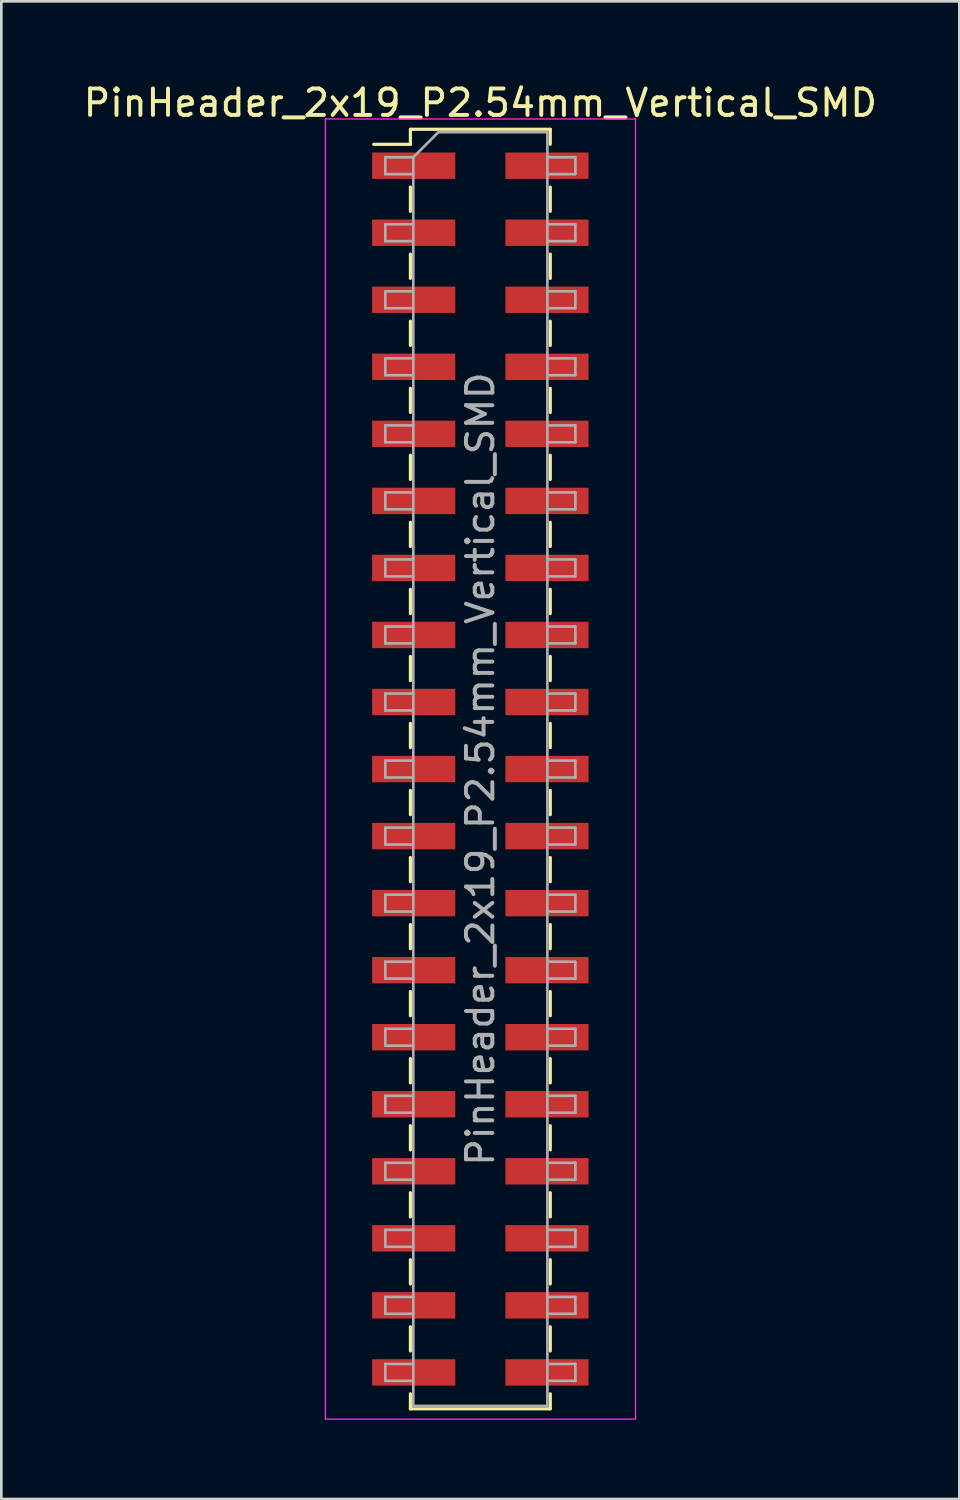
<source format=kicad_pcb>
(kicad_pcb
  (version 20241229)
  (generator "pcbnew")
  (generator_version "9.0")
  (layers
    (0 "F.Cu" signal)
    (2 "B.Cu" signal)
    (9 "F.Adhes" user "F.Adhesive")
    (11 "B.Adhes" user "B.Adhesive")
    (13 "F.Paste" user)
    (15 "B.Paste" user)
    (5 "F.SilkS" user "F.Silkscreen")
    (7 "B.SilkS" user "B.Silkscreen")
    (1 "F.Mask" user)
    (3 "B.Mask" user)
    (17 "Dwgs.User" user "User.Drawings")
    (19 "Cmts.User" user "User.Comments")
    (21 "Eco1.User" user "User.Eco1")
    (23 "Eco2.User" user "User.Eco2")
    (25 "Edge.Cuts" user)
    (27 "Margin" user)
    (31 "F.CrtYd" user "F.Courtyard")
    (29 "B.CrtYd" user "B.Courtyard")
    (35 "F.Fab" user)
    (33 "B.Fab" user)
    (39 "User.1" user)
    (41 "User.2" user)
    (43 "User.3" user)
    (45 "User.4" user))
  (footprint "PinHeader_2x19_P2.54mm_Vertical_SMD"
    (layer "F.Cu")
    (at 15.149 26.088)
    (property "Reference" "PinHeader_2x19_P2.54mm_Vertical_SMD" (at 0 -25.24 0) (layer "F.SilkS") (effects (font (size 1 1) (thickness 0.15))))
    (attr smd)
    (fp_line (start -4.04 -23.67) (end -2.65 -23.67) (stroke (width 0.12) (type solid)) (layer "F.SilkS"))
    (fp_line (start -2.65 -24.24) (end -2.65 -23.67) (stroke (width 0.12) (type solid)) (layer "F.SilkS"))
    (fp_line (start -2.65 -24.24) (end 2.65 -24.24) (stroke (width 0.12) (type solid)) (layer "F.SilkS"))
    (fp_line (start -2.65 -22.05) (end -2.65 -21.13) (stroke (width 0.12) (type solid)) (layer "F.SilkS"))
    (fp_line (start -2.65 -19.51) (end -2.65 -18.59) (stroke (width 0.12) (type solid)) (layer "F.SilkS"))
    (fp_line (start -2.65 -16.97) (end -2.65 -16.05) (stroke (width 0.12) (type solid)) (layer "F.SilkS"))
    (fp_line (start -2.65 -14.43) (end -2.65 -13.51) (stroke (width 0.12) (type solid)) (layer "F.SilkS"))
    (fp_line (start -2.65 -11.89) (end -2.65 -10.97) (stroke (width 0.12) (type solid)) (layer "F.SilkS"))
    (fp_line (start -2.65 -9.35) (end -2.65 -8.43) (stroke (width 0.12) (type solid)) (layer "F.SilkS"))
    (fp_line (start -2.65 -6.81) (end -2.65 -5.89) (stroke (width 0.12) (type solid)) (layer "F.SilkS"))
    (fp_line (start -2.65 -4.27) (end -2.65 -3.35) (stroke (width 0.12) (type solid)) (layer "F.SilkS"))
    (fp_line (start -2.65 -1.73) (end -2.65 -0.81) (stroke (width 0.12) (type solid)) (layer "F.SilkS"))
    (fp_line (start -2.65 0.81) (end -2.65 1.73) (stroke (width 0.12) (type solid)) (layer "F.SilkS"))
    (fp_line (start -2.65 3.35) (end -2.65 4.27) (stroke (width 0.12) (type solid)) (layer "F.SilkS"))
    (fp_line (start -2.65 5.89) (end -2.65 6.81) (stroke (width 0.12) (type solid)) (layer "F.SilkS"))
    (fp_line (start -2.65 8.43) (end -2.65 9.35) (stroke (width 0.12) (type solid)) (layer "F.SilkS"))
    (fp_line (start -2.65 10.97) (end -2.65 11.89) (stroke (width 0.12) (type solid)) (layer "F.SilkS"))
    (fp_line (start -2.65 13.51) (end -2.65 14.43) (stroke (width 0.12) (type solid)) (layer "F.SilkS"))
    (fp_line (start -2.65 16.05) (end -2.65 16.97) (stroke (width 0.12) (type solid)) (layer "F.SilkS"))
    (fp_line (start -2.65 18.59) (end -2.65 19.51) (stroke (width 0.12) (type solid)) (layer "F.SilkS"))
    (fp_line (start -2.65 21.13) (end -2.65 22.05) (stroke (width 0.12) (type solid)) (layer "F.SilkS"))
    (fp_line (start -2.65 23.67) (end -2.65 24.24) (stroke (width 0.12) (type solid)) (layer "F.SilkS"))
    (fp_line (start -2.65 24.24) (end 2.65 24.24) (stroke (width 0.12) (type solid)) (layer "F.SilkS"))
    (fp_line (start 2.65 -24.24) (end 2.65 -23.67) (stroke (width 0.12) (type solid)) (layer "F.SilkS"))
    (fp_line (start 2.65 -22.05) (end 2.65 -21.13) (stroke (width 0.12) (type solid)) (layer "F.SilkS"))
    (fp_line (start 2.65 -19.51) (end 2.65 -18.59) (stroke (width 0.12) (type solid)) (layer "F.SilkS"))
    (fp_line (start 2.65 -16.97) (end 2.65 -16.05) (stroke (width 0.12) (type solid)) (layer "F.SilkS"))
    (fp_line (start 2.65 -14.43) (end 2.65 -13.51) (stroke (width 0.12) (type solid)) (layer "F.SilkS"))
    (fp_line (start 2.65 -11.89) (end 2.65 -10.97) (stroke (width 0.12) (type solid)) (layer "F.SilkS"))
    (fp_line (start 2.65 -9.35) (end 2.65 -8.43) (stroke (width 0.12) (type solid)) (layer "F.SilkS"))
    (fp_line (start 2.65 -6.81) (end 2.65 -5.89) (stroke (width 0.12) (type solid)) (layer "F.SilkS"))
    (fp_line (start 2.65 -4.27) (end 2.65 -3.35) (stroke (width 0.12) (type solid)) (layer "F.SilkS"))
    (fp_line (start 2.65 -1.73) (end 2.65 -0.81) (stroke (width 0.12) (type solid)) (layer "F.SilkS"))
    (fp_line (start 2.65 0.81) (end 2.65 1.73) (stroke (width 0.12) (type solid)) (layer "F.SilkS"))
    (fp_line (start 2.65 3.35) (end 2.65 4.27) (stroke (width 0.12) (type solid)) (layer "F.SilkS"))
    (fp_line (start 2.65 5.89) (end 2.65 6.81) (stroke (width 0.12) (type solid)) (layer "F.SilkS"))
    (fp_line (start 2.65 8.43) (end 2.65 9.35) (stroke (width 0.12) (type solid)) (layer "F.SilkS"))
    (fp_line (start 2.65 10.97) (end 2.65 11.89) (stroke (width 0.12) (type solid)) (layer "F.SilkS"))
    (fp_line (start 2.65 13.51) (end 2.65 14.43) (stroke (width 0.12) (type solid)) (layer "F.SilkS"))
    (fp_line (start 2.65 16.05) (end 2.65 16.97) (stroke (width 0.12) (type solid)) (layer "F.SilkS"))
    (fp_line (start 2.65 18.59) (end 2.65 19.51) (stroke (width 0.12) (type solid)) (layer "F.SilkS"))
    (fp_line (start 2.65 21.13) (end 2.65 22.05) (stroke (width 0.12) (type solid)) (layer "F.SilkS"))
    (fp_line (start 2.65 23.67) (end 2.65 24.24) (stroke (width 0.12) (type solid)) (layer "F.SilkS"))
    (fp_line (start -5.87 -24.63) (end -5.87 24.63) (stroke (width 0.05) (type solid)) (layer "F.CrtYd"))
    (fp_line (start -5.87 24.63) (end 5.88 24.63) (stroke (width 0.05) (type solid)) (layer "F.CrtYd"))
    (fp_line (start 5.88 -24.63) (end -5.87 -24.63) (stroke (width 0.05) (type solid)) (layer "F.CrtYd"))
    (fp_line (start 5.88 24.63) (end 5.88 -24.63) (stroke (width 0.05) (type solid)) (layer "F.CrtYd"))
    (fp_line (start -3.6 -23.18) (end -3.6 -22.54) (stroke (width 0.1) (type solid)) (layer "F.Fab"))
    (fp_line (start -3.6 -22.54) (end -2.54 -22.54) (stroke (width 0.1) (type solid)) (layer "F.Fab"))
    (fp_line (start -3.6 -20.64) (end -3.6 -20) (stroke (width 0.1) (type solid)) (layer "F.Fab"))
    (fp_line (start -3.6 -20) (end -2.54 -20) (stroke (width 0.1) (type solid)) (layer "F.Fab"))
    (fp_line (start -3.6 -18.1) (end -3.6 -17.46) (stroke (width 0.1) (type solid)) (layer "F.Fab"))
    (fp_line (start -3.6 -17.46) (end -2.54 -17.46) (stroke (width 0.1) (type solid)) (layer "F.Fab"))
    (fp_line (start -3.6 -15.56) (end -3.6 -14.92) (stroke (width 0.1) (type solid)) (layer "F.Fab"))
    (fp_line (start -3.6 -14.92) (end -2.54 -14.92) (stroke (width 0.1) (type solid)) (layer "F.Fab"))
    (fp_line (start -3.6 -13.02) (end -3.6 -12.38) (stroke (width 0.1) (type solid)) (layer "F.Fab"))
    (fp_line (start -3.6 -12.38) (end -2.54 -12.38) (stroke (width 0.1) (type solid)) (layer "F.Fab"))
    (fp_line (start -3.6 -10.48) (end -3.6 -9.84) (stroke (width 0.1) (type solid)) (layer "F.Fab"))
    (fp_line (start -3.6 -9.84) (end -2.54 -9.84) (stroke (width 0.1) (type solid)) (layer "F.Fab"))
    (fp_line (start -3.6 -7.94) (end -3.6 -7.3) (stroke (width 0.1) (type solid)) (layer "F.Fab"))
    (fp_line (start -3.6 -7.3) (end -2.54 -7.3) (stroke (width 0.1) (type solid)) (layer "F.Fab"))
    (fp_line (start -3.6 -5.4) (end -3.6 -4.76) (stroke (width 0.1) (type solid)) (layer "F.Fab"))
    (fp_line (start -3.6 -4.76) (end -2.54 -4.76) (stroke (width 0.1) (type solid)) (layer "F.Fab"))
    (fp_line (start -3.6 -2.86) (end -3.6 -2.22) (stroke (width 0.1) (type solid)) (layer "F.Fab"))
    (fp_line (start -3.6 -2.22) (end -2.54 -2.22) (stroke (width 0.1) (type solid)) (layer "F.Fab"))
    (fp_line (start -3.6 -0.32) (end -3.6 0.32) (stroke (width 0.1) (type solid)) (layer "F.Fab"))
    (fp_line (start -3.6 0.32) (end -2.54 0.32) (stroke (width 0.1) (type solid)) (layer "F.Fab"))
    (fp_line (start -3.6 2.22) (end -3.6 2.86) (stroke (width 0.1) (type solid)) (layer "F.Fab"))
    (fp_line (start -3.6 2.86) (end -2.54 2.86) (stroke (width 0.1) (type solid)) (layer "F.Fab"))
    (fp_line (start -3.6 4.76) (end -3.6 5.4) (stroke (width 0.1) (type solid)) (layer "F.Fab"))
    (fp_line (start -3.6 5.4) (end -2.54 5.4) (stroke (width 0.1) (type solid)) (layer "F.Fab"))
    (fp_line (start -3.6 7.3) (end -3.6 7.94) (stroke (width 0.1) (type solid)) (layer "F.Fab"))
    (fp_line (start -3.6 7.94) (end -2.54 7.94) (stroke (width 0.1) (type solid)) (layer "F.Fab"))
    (fp_line (start -3.6 9.84) (end -3.6 10.48) (stroke (width 0.1) (type solid)) (layer "F.Fab"))
    (fp_line (start -3.6 10.48) (end -2.54 10.48) (stroke (width 0.1) (type solid)) (layer "F.Fab"))
    (fp_line (start -3.6 12.38) (end -3.6 13.02) (stroke (width 0.1) (type solid)) (layer "F.Fab"))
    (fp_line (start -3.6 13.02) (end -2.54 13.02) (stroke (width 0.1) (type solid)) (layer "F.Fab"))
    (fp_line (start -3.6 14.92) (end -3.6 15.56) (stroke (width 0.1) (type solid)) (layer "F.Fab"))
    (fp_line (start -3.6 15.56) (end -2.54 15.56) (stroke (width 0.1) (type solid)) (layer "F.Fab"))
    (fp_line (start -3.6 17.46) (end -3.6 18.1) (stroke (width 0.1) (type solid)) (layer "F.Fab"))
    (fp_line (start -3.6 18.1) (end -2.54 18.1) (stroke (width 0.1) (type solid)) (layer "F.Fab"))
    (fp_line (start -3.6 20) (end -3.6 20.64) (stroke (width 0.1) (type solid)) (layer "F.Fab"))
    (fp_line (start -3.6 20.64) (end -2.54 20.64) (stroke (width 0.1) (type solid)) (layer "F.Fab"))
    (fp_line (start -3.6 22.54) (end -3.6 23.18) (stroke (width 0.1) (type solid)) (layer "F.Fab"))
    (fp_line (start -3.6 23.18) (end -2.54 23.18) (stroke (width 0.1) (type solid)) (layer "F.Fab"))
    (fp_line (start -2.54 -23.18) (end -3.6 -23.18) (stroke (width 0.1) (type solid)) (layer "F.Fab"))
    (fp_line (start -2.54 -23.18) (end -1.59 -24.13) (stroke (width 0.1) (type solid)) (layer "F.Fab"))
    (fp_line (start -2.54 -20.64) (end -3.6 -20.64) (stroke (width 0.1) (type solid)) (layer "F.Fab"))
    (fp_line (start -2.54 -18.1) (end -3.6 -18.1) (stroke (width 0.1) (type solid)) (layer "F.Fab"))
    (fp_line (start -2.54 -15.56) (end -3.6 -15.56) (stroke (width 0.1) (type solid)) (layer "F.Fab"))
    (fp_line (start -2.54 -13.02) (end -3.6 -13.02) (stroke (width 0.1) (type solid)) (layer "F.Fab"))
    (fp_line (start -2.54 -10.48) (end -3.6 -10.48) (stroke (width 0.1) (type solid)) (layer "F.Fab"))
    (fp_line (start -2.54 -7.94) (end -3.6 -7.94) (stroke (width 0.1) (type solid)) (layer "F.Fab"))
    (fp_line (start -2.54 -5.4) (end -3.6 -5.4) (stroke (width 0.1) (type solid)) (layer "F.Fab"))
    (fp_line (start -2.54 -2.86) (end -3.6 -2.86) (stroke (width 0.1) (type solid)) (layer "F.Fab"))
    (fp_line (start -2.54 -0.32) (end -3.6 -0.32) (stroke (width 0.1) (type solid)) (layer "F.Fab"))
    (fp_line (start -2.54 2.22) (end -3.6 2.22) (stroke (width 0.1) (type solid)) (layer "F.Fab"))
    (fp_line (start -2.54 4.76) (end -3.6 4.76) (stroke (width 0.1) (type solid)) (layer "F.Fab"))
    (fp_line (start -2.54 7.3) (end -3.6 7.3) (stroke (width 0.1) (type solid)) (layer "F.Fab"))
    (fp_line (start -2.54 9.84) (end -3.6 9.84) (stroke (width 0.1) (type solid)) (layer "F.Fab"))
    (fp_line (start -2.54 12.38) (end -3.6 12.38) (stroke (width 0.1) (type solid)) (layer "F.Fab"))
    (fp_line (start -2.54 14.92) (end -3.6 14.92) (stroke (width 0.1) (type solid)) (layer "F.Fab"))
    (fp_line (start -2.54 17.46) (end -3.6 17.46) (stroke (width 0.1) (type solid)) (layer "F.Fab"))
    (fp_line (start -2.54 20) (end -3.6 20) (stroke (width 0.1) (type solid)) (layer "F.Fab"))
    (fp_line (start -2.54 22.54) (end -3.6 22.54) (stroke (width 0.1) (type solid)) (layer "F.Fab"))
    (fp_line (start -2.54 24.13) (end -2.54 -23.18) (stroke (width 0.1) (type solid)) (layer "F.Fab"))
    (fp_line (start -1.59 -24.13) (end 2.54 -24.13) (stroke (width 0.1) (type solid)) (layer "F.Fab"))
    (fp_line (start 2.54 -24.13) (end 2.54 24.13) (stroke (width 0.1) (type solid)) (layer "F.Fab"))
    (fp_line (start 2.54 -23.18) (end 3.6 -23.18) (stroke (width 0.1) (type solid)) (layer "F.Fab"))
    (fp_line (start 2.54 -20.64) (end 3.6 -20.64) (stroke (width 0.1) (type solid)) (layer "F.Fab"))
    (fp_line (start 2.54 -18.1) (end 3.6 -18.1) (stroke (width 0.1) (type solid)) (layer "F.Fab"))
    (fp_line (start 2.54 -15.56) (end 3.6 -15.56) (stroke (width 0.1) (type solid)) (layer "F.Fab"))
    (fp_line (start 2.54 -13.02) (end 3.6 -13.02) (stroke (width 0.1) (type solid)) (layer "F.Fab"))
    (fp_line (start 2.54 -10.48) (end 3.6 -10.48) (stroke (width 0.1) (type solid)) (layer "F.Fab"))
    (fp_line (start 2.54 -7.94) (end 3.6 -7.94) (stroke (width 0.1) (type solid)) (layer "F.Fab"))
    (fp_line (start 2.54 -5.4) (end 3.6 -5.4) (stroke (width 0.1) (type solid)) (layer "F.Fab"))
    (fp_line (start 2.54 -2.86) (end 3.6 -2.86) (stroke (width 0.1) (type solid)) (layer "F.Fab"))
    (fp_line (start 2.54 -0.32) (end 3.6 -0.32) (stroke (width 0.1) (type solid)) (layer "F.Fab"))
    (fp_line (start 2.54 2.22) (end 3.6 2.22) (stroke (width 0.1) (type solid)) (layer "F.Fab"))
    (fp_line (start 2.54 4.76) (end 3.6 4.76) (stroke (width 0.1) (type solid)) (layer "F.Fab"))
    (fp_line (start 2.54 7.3) (end 3.6 7.3) (stroke (width 0.1) (type solid)) (layer "F.Fab"))
    (fp_line (start 2.54 9.84) (end 3.6 9.84) (stroke (width 0.1) (type solid)) (layer "F.Fab"))
    (fp_line (start 2.54 12.38) (end 3.6 12.38) (stroke (width 0.1) (type solid)) (layer "F.Fab"))
    (fp_line (start 2.54 14.92) (end 3.6 14.92) (stroke (width 0.1) (type solid)) (layer "F.Fab"))
    (fp_line (start 2.54 17.46) (end 3.6 17.46) (stroke (width 0.1) (type solid)) (layer "F.Fab"))
    (fp_line (start 2.54 20) (end 3.6 20) (stroke (width 0.1) (type solid)) (layer "F.Fab"))
    (fp_line (start 2.54 22.54) (end 3.6 22.54) (stroke (width 0.1) (type solid)) (layer "F.Fab"))
    (fp_line (start 2.54 24.13) (end -2.54 24.13) (stroke (width 0.1) (type solid)) (layer "F.Fab"))
    (fp_line (start 3.6 -23.18) (end 3.6 -22.54) (stroke (width 0.1) (type solid)) (layer "F.Fab"))
    (fp_line (start 3.6 -22.54) (end 2.54 -22.54) (stroke (width 0.1) (type solid)) (layer "F.Fab"))
    (fp_line (start 3.6 -20.64) (end 3.6 -20) (stroke (width 0.1) (type solid)) (layer "F.Fab"))
    (fp_line (start 3.6 -20) (end 2.54 -20) (stroke (width 0.1) (type solid)) (layer "F.Fab"))
    (fp_line (start 3.6 -18.1) (end 3.6 -17.46) (stroke (width 0.1) (type solid)) (layer "F.Fab"))
    (fp_line (start 3.6 -17.46) (end 2.54 -17.46) (stroke (width 0.1) (type solid)) (layer "F.Fab"))
    (fp_line (start 3.6 -15.56) (end 3.6 -14.92) (stroke (width 0.1) (type solid)) (layer "F.Fab"))
    (fp_line (start 3.6 -14.92) (end 2.54 -14.92) (stroke (width 0.1) (type solid)) (layer "F.Fab"))
    (fp_line (start 3.6 -13.02) (end 3.6 -12.38) (stroke (width 0.1) (type solid)) (layer "F.Fab"))
    (fp_line (start 3.6 -12.38) (end 2.54 -12.38) (stroke (width 0.1) (type solid)) (layer "F.Fab"))
    (fp_line (start 3.6 -10.48) (end 3.6 -9.84) (stroke (width 0.1) (type solid)) (layer "F.Fab"))
    (fp_line (start 3.6 -9.84) (end 2.54 -9.84) (stroke (width 0.1) (type solid)) (layer "F.Fab"))
    (fp_line (start 3.6 -7.94) (end 3.6 -7.3) (stroke (width 0.1) (type solid)) (layer "F.Fab"))
    (fp_line (start 3.6 -7.3) (end 2.54 -7.3) (stroke (width 0.1) (type solid)) (layer "F.Fab"))
    (fp_line (start 3.6 -5.4) (end 3.6 -4.76) (stroke (width 0.1) (type solid)) (layer "F.Fab"))
    (fp_line (start 3.6 -4.76) (end 2.54 -4.76) (stroke (width 0.1) (type solid)) (layer "F.Fab"))
    (fp_line (start 3.6 -2.86) (end 3.6 -2.22) (stroke (width 0.1) (type solid)) (layer "F.Fab"))
    (fp_line (start 3.6 -2.22) (end 2.54 -2.22) (stroke (width 0.1) (type solid)) (layer "F.Fab"))
    (fp_line (start 3.6 -0.32) (end 3.6 0.32) (stroke (width 0.1) (type solid)) (layer "F.Fab"))
    (fp_line (start 3.6 0.32) (end 2.54 0.32) (stroke (width 0.1) (type solid)) (layer "F.Fab"))
    (fp_line (start 3.6 2.22) (end 3.6 2.86) (stroke (width 0.1) (type solid)) (layer "F.Fab"))
    (fp_line (start 3.6 2.86) (end 2.54 2.86) (stroke (width 0.1) (type solid)) (layer "F.Fab"))
    (fp_line (start 3.6 4.76) (end 3.6 5.4) (stroke (width 0.1) (type solid)) (layer "F.Fab"))
    (fp_line (start 3.6 5.4) (end 2.54 5.4) (stroke (width 0.1) (type solid)) (layer "F.Fab"))
    (fp_line (start 3.6 7.3) (end 3.6 7.94) (stroke (width 0.1) (type solid)) (layer "F.Fab"))
    (fp_line (start 3.6 7.94) (end 2.54 7.94) (stroke (width 0.1) (type solid)) (layer "F.Fab"))
    (fp_line (start 3.6 9.84) (end 3.6 10.48) (stroke (width 0.1) (type solid)) (layer "F.Fab"))
    (fp_line (start 3.6 10.48) (end 2.54 10.48) (stroke (width 0.1) (type solid)) (layer "F.Fab"))
    (fp_line (start 3.6 12.38) (end 3.6 13.02) (stroke (width 0.1) (type solid)) (layer "F.Fab"))
    (fp_line (start 3.6 13.02) (end 2.54 13.02) (stroke (width 0.1) (type solid)) (layer "F.Fab"))
    (fp_line (start 3.6 14.92) (end 3.6 15.56) (stroke (width 0.1) (type solid)) (layer "F.Fab"))
    (fp_line (start 3.6 15.56) (end 2.54 15.56) (stroke (width 0.1) (type solid)) (layer "F.Fab"))
    (fp_line (start 3.6 17.46) (end 3.6 18.1) (stroke (width 0.1) (type solid)) (layer "F.Fab"))
    (fp_line (start 3.6 18.1) (end 2.54 18.1) (stroke (width 0.1) (type solid)) (layer "F.Fab"))
    (fp_line (start 3.6 20) (end 3.6 20.64) (stroke (width 0.1) (type solid)) (layer "F.Fab"))
    (fp_line (start 3.6 20.64) (end 2.54 20.64) (stroke (width 0.1) (type solid)) (layer "F.Fab"))
    (fp_line (start 3.6 22.54) (end 3.6 23.18) (stroke (width 0.1) (type solid)) (layer "F.Fab"))
    (fp_line (start 3.6 23.18) (end 2.54 23.18) (stroke (width 0.1) (type solid)) (layer "F.Fab"))
    (fp_text user "${REFERENCE}" (at 0 0 90) (layer "F.Fab") (effects (font (size 1 1) (thickness 0.15))))
    (pad "1" smd rect (at -2.525 -22.86) (size 3.15 1) (layers "F.Cu" "F.Mask" "F.Paste"))
    (pad "2" smd rect (at 2.525 -22.86) (size 3.15 1) (layers "F.Cu" "F.Mask" "F.Paste"))
    (pad "3" smd rect (at -2.525 -20.32) (size 3.15 1) (layers "F.Cu" "F.Mask" "F.Paste"))
    (pad "4" smd rect (at 2.525 -20.32) (size 3.15 1) (layers "F.Cu" "F.Mask" "F.Paste"))
    (pad "5" smd rect (at -2.525 -17.78) (size 3.15 1) (layers "F.Cu" "F.Mask" "F.Paste"))
    (pad "6" smd rect (at 2.525 -17.78) (size 3.15 1) (layers "F.Cu" "F.Mask" "F.Paste"))
    (pad "7" smd rect (at -2.525 -15.24) (size 3.15 1) (layers "F.Cu" "F.Mask" "F.Paste"))
    (pad "8" smd rect (at 2.525 -15.24) (size 3.15 1) (layers "F.Cu" "F.Mask" "F.Paste"))
    (pad "9" smd rect (at -2.525 -12.7) (size 3.15 1) (layers "F.Cu" "F.Mask" "F.Paste"))
    (pad "10" smd rect (at 2.525 -12.7) (size 3.15 1) (layers "F.Cu" "F.Mask" "F.Paste"))
    (pad "11" smd rect (at -2.525 -10.16) (size 3.15 1) (layers "F.Cu" "F.Mask" "F.Paste"))
    (pad "12" smd rect (at 2.525 -10.16) (size 3.15 1) (layers "F.Cu" "F.Mask" "F.Paste"))
    (pad "13" smd rect (at -2.525 -7.62) (size 3.15 1) (layers "F.Cu" "F.Mask" "F.Paste"))
    (pad "14" smd rect (at 2.525 -7.62) (size 3.15 1) (layers "F.Cu" "F.Mask" "F.Paste"))
    (pad "15" smd rect (at -2.525 -5.08) (size 3.15 1) (layers "F.Cu" "F.Mask" "F.Paste"))
    (pad "16" smd rect (at 2.525 -5.08) (size 3.15 1) (layers "F.Cu" "F.Mask" "F.Paste"))
    (pad "17" smd rect (at -2.525 -2.54) (size 3.15 1) (layers "F.Cu" "F.Mask" "F.Paste"))
    (pad "18" smd rect (at 2.525 -2.54) (size 3.15 1) (layers "F.Cu" "F.Mask" "F.Paste"))
    (pad "19" smd rect (at -2.525 0) (size 3.15 1) (layers "F.Cu" "F.Mask" "F.Paste"))
    (pad "20" smd rect (at 2.525 0) (size 3.15 1) (layers "F.Cu" "F.Mask" "F.Paste"))
    (pad "21" smd rect (at -2.525 2.54) (size 3.15 1) (layers "F.Cu" "F.Mask" "F.Paste"))
    (pad "22" smd rect (at 2.525 2.54) (size 3.15 1) (layers "F.Cu" "F.Mask" "F.Paste"))
    (pad "23" smd rect (at -2.525 5.08) (size 3.15 1) (layers "F.Cu" "F.Mask" "F.Paste"))
    (pad "24" smd rect (at 2.525 5.08) (size 3.15 1) (layers "F.Cu" "F.Mask" "F.Paste"))
    (pad "25" smd rect (at -2.525 7.62) (size 3.15 1) (layers "F.Cu" "F.Mask" "F.Paste"))
    (pad "26" smd rect (at 2.525 7.62) (size 3.15 1) (layers "F.Cu" "F.Mask" "F.Paste"))
    (pad "27" smd rect (at -2.525 10.16) (size 3.15 1) (layers "F.Cu" "F.Mask" "F.Paste"))
    (pad "28" smd rect (at 2.525 10.16) (size 3.15 1) (layers "F.Cu" "F.Mask" "F.Paste"))
    (pad "29" smd rect (at -2.525 12.7) (size 3.15 1) (layers "F.Cu" "F.Mask" "F.Paste"))
    (pad "30" smd rect (at 2.525 12.7) (size 3.15 1) (layers "F.Cu" "F.Mask" "F.Paste"))
    (pad "31" smd rect (at -2.525 15.24) (size 3.15 1) (layers "F.Cu" "F.Mask" "F.Paste"))
    (pad "32" smd rect (at 2.525 15.24) (size 3.15 1) (layers "F.Cu" "F.Mask" "F.Paste"))
    (pad "33" smd rect (at -2.525 17.78) (size 3.15 1) (layers "F.Cu" "F.Mask" "F.Paste"))
    (pad "34" smd rect (at 2.525 17.78) (size 3.15 1) (layers "F.Cu" "F.Mask" "F.Paste"))
    (pad "35" smd rect (at -2.525 20.32) (size 3.15 1) (layers "F.Cu" "F.Mask" "F.Paste"))
    (pad "36" smd rect (at 2.525 20.32) (size 3.15 1) (layers "F.Cu" "F.Mask" "F.Paste"))
    (pad "37" smd rect (at -2.525 22.86) (size 3.15 1) (layers "F.Cu" "F.Mask" "F.Paste"))
    (pad "38" smd rect (at 2.525 22.86) (size 3.15 1) (layers "F.Cu" "F.Mask" "F.Paste")))
  (gr_rect
    (start -3 -3)
    (end 33.298 53.743)
    (stroke (width 0.1) (type default))
    (fill no)
    (layer "Edge.Cuts")))
</source>
